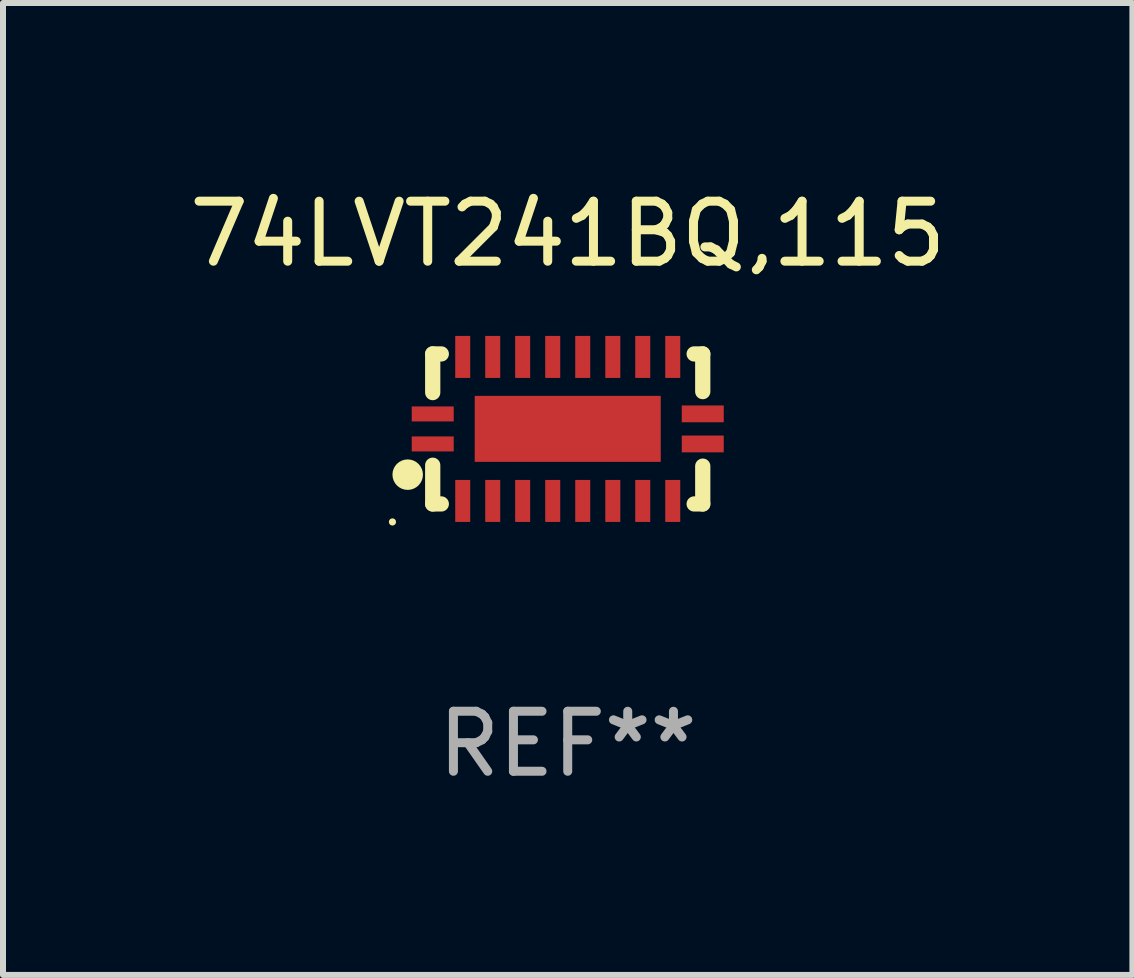
<source format=kicad_pcb>
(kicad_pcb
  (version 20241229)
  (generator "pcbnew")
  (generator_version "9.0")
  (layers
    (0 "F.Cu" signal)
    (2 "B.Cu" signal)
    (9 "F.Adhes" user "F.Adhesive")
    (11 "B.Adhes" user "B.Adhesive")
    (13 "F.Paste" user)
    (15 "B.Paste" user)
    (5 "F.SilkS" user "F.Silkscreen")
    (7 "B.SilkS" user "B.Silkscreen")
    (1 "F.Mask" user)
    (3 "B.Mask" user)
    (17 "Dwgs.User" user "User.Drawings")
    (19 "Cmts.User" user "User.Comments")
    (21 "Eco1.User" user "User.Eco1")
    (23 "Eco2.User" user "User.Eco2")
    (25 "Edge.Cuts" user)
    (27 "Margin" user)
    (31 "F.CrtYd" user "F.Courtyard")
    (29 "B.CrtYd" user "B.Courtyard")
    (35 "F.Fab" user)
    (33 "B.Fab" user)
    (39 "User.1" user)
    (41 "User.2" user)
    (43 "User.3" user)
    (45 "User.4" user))
  (footprint "74LVT241BQ,115"
    (layer "F.Cu")
    (at 6.411 4.098)
    (property "Reference" "74LVT241BQ,115" (at 0 -3.25 0) (layer "F.SilkS") (effects (font (size 1 1) (thickness 0.15))))
    (attr through_hole)
    (fp_line (start -2.25 0.605) (end -2.25 1.25) (stroke (width 0.254) (type solid)) (layer "F.SilkS"))
    (fp_line (start -2.25 1.25) (end -2.107 1.25) (stroke (width 0.254) (type solid)) (layer "F.SilkS"))
    (fp_line (start -2.25 -1.25) (end -2.25 -0.606) (stroke (width 0.254) (type solid)) (layer "F.SilkS"))
    (fp_line (start -2.25 -1.25) (end -2.107 -1.25) (stroke (width 0.254) (type solid)) (layer "F.SilkS"))
    (fp_line (start 2.107 -1.25) (end 2.25 -1.25) (stroke (width 0.254) (type solid)) (layer "F.SilkS"))
    (fp_line (start 2.107 1.25) (end 2.25 1.25) (stroke (width 0.254) (type solid)) (layer "F.SilkS"))
    (fp_line (start 2.25 -1.25) (end 2.25 -0.622) (stroke (width 0.254) (type solid)) (layer "F.SilkS"))
    (fp_line (start 2.25 0.62) (end 2.25 1.25) (stroke (width 0.254) (type solid)) (layer "F.SilkS"))
    (fp_circle (center -2.921 1.55) (end -2.891 1.55) (stroke (width 0.06) (type solid)) (fill no) (layer "F.SilkS"))
    (fp_circle (center -2.667 0.762) (end -2.54 0.762) (stroke (width 0.254) (type solid)) (fill no) (layer "F.SilkS"))
    (fp_text user "REF**" (at 0 5.25 0) (layer "F.Fab") (effects (font (size 1 1) (thickness 0.15))))
    (pad "1" smd rect (at -2.25 0.25 180) (size 0.7 0.25) (layers "F.Cu" "F.Mask" "F.Paste"))
    (pad "2" smd rect (at -1.75 1.2 90) (size 0.7 0.25) (layers "F.Cu" "F.Mask" "F.Paste"))
    (pad "3" smd rect (at -1.25 1.2 90) (size 0.7 0.25) (layers "F.Cu" "F.Mask" "F.Paste"))
    (pad "4" smd rect (at -0.751 1.2 90) (size 0.7 0.25) (layers "F.Cu" "F.Mask" "F.Paste"))
    (pad "5" smd rect (at -0.25 1.2 90) (size 0.7 0.25) (layers "F.Cu" "F.Mask" "F.Paste"))
    (pad "6" smd rect (at 0.25 1.2 90) (size 0.7 0.25) (layers "F.Cu" "F.Mask" "F.Paste"))
    (pad "7" smd rect (at 0.751 1.2 90) (size 0.7 0.25) (layers "F.Cu" "F.Mask" "F.Paste"))
    (pad "8" smd rect (at 1.25 1.2 90) (size 0.7 0.25) (layers "F.Cu" "F.Mask" "F.Paste"))
    (pad "9" smd rect (at 1.75 1.2 90) (size 0.7 0.25) (layers "F.Cu" "F.Mask" "F.Paste"))
    (pad "10" smd rect (at 2.25 0.25 180) (size 0.7 0.28) (layers "F.Cu" "F.Mask" "F.Paste"))
    (pad "11" smd rect (at 2.25 -0.251 180) (size 0.7 0.28) (layers "F.Cu" "F.Mask" "F.Paste"))
    (pad "12" smd rect (at 1.75 -1.2 90) (size 0.7 0.25) (layers "F.Cu" "F.Mask" "F.Paste"))
    (pad "13" smd rect (at 1.25 -1.2 90) (size 0.7 0.25) (layers "F.Cu" "F.Mask" "F.Paste"))
    (pad "14" smd rect (at 0.751 -1.2 90) (size 0.7 0.25) (layers "F.Cu" "F.Mask" "F.Paste"))
    (pad "15" smd rect (at 0.25 -1.2 90) (size 0.7 0.25) (layers "F.Cu" "F.Mask" "F.Paste"))
    (pad "16" smd rect (at -0.25 -1.2 90) (size 0.7 0.25) (layers "F.Cu" "F.Mask" "F.Paste"))
    (pad "17" smd rect (at -0.751 -1.2 90) (size 0.7 0.25) (layers "F.Cu" "F.Mask" "F.Paste"))
    (pad "18" smd rect (at -1.25 -1.2 90) (size 0.7 0.25) (layers "F.Cu" "F.Mask" "F.Paste"))
    (pad "19" smd rect (at -1.75 -1.2 90) (size 0.7 0.25) (layers "F.Cu" "F.Mask" "F.Paste"))
    (pad "20" smd rect (at -2.25 -0.25 180) (size 0.7 0.25) (layers "F.Cu" "F.Mask" "F.Paste"))
    (pad "21" smd rect (at 0 -0.001 180) (size 3.1 1.1) (layers "F.Cu" "F.Mask" "F.Paste")))
  (gr_rect
    (start -3 -3)
    (end 15.821 13.197)
    (stroke (width 0.1) (type default))
    (fill no)
    (layer "Edge.Cuts")))
</source>
